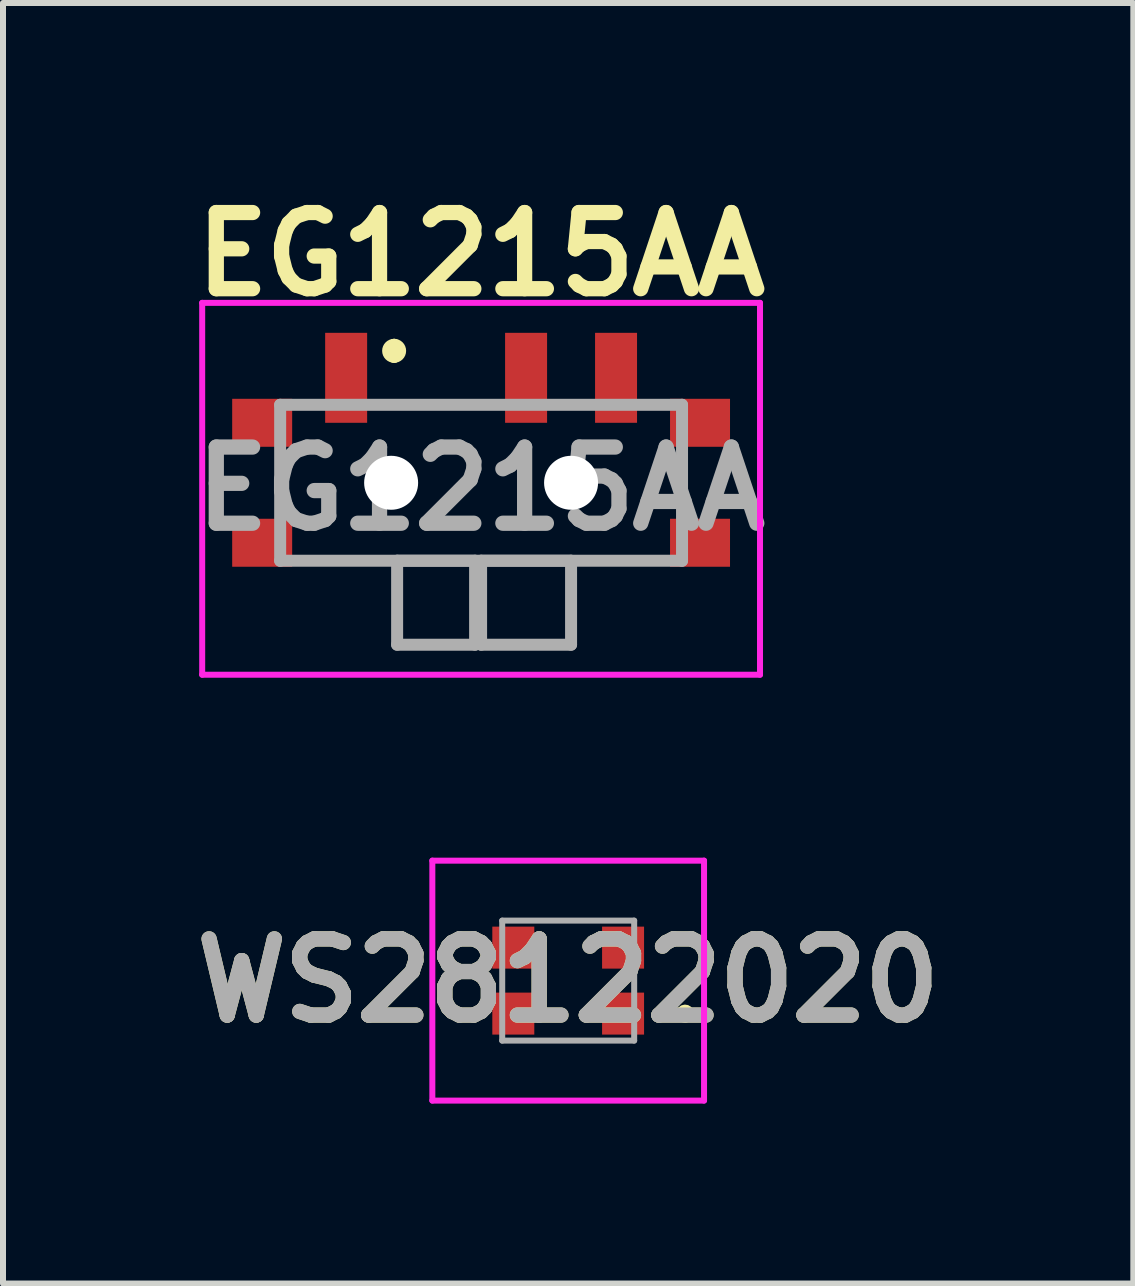
<source format=kicad_pcb>
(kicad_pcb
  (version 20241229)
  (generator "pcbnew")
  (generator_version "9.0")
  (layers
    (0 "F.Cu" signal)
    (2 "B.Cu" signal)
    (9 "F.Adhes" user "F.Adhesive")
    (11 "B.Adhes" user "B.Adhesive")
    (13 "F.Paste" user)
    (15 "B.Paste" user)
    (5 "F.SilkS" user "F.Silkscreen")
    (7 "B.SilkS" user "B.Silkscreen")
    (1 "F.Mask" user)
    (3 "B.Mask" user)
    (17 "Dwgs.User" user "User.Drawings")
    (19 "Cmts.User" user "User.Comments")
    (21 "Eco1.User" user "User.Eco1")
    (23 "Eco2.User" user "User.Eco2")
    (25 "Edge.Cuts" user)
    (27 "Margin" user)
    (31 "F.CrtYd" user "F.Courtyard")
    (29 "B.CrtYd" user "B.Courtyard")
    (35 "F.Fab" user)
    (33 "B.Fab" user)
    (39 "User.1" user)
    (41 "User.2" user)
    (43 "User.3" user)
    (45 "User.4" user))
  (footprint "WS28122020"
    (layer "F.Cu")
    (at 6.423 13.299)
    (property "Reference" "WS28122020" (at 0 0 0) (layer "F.SilkS") (effects (font (size 1.27 1.27) (thickness 0.254))))
    (attr smd)
    (fp_line (start 1.9 0.55) (end 1.9 0.55) (stroke (width 0.2) (type solid)) (layer "F.SilkS"))
    (fp_line (start 1.9 0.55) (end 1.9 0.55) (stroke (width 0.2) (type solid)) (layer "F.SilkS"))
    (fp_line (start 2 0.55) (end 2 0.55) (stroke (width 0.2) (type solid)) (layer "F.SilkS"))
    (fp_arc (start 1.9 0.55) (mid 1.95 0.5) (end 2 0.55) (stroke (width 0.2) (type solid)) (layer "F.SilkS"))
    (fp_arc (start 2 0.55) (mid 1.95 0.6) (end 1.9 0.55) (stroke (width 0.2) (type solid)) (layer "F.SilkS"))
    (fp_arc (start 2 0.55) (mid 1.95 0.6) (end 1.9 0.55) (stroke (width 0.2) (type solid)) (layer "F.SilkS"))
    (fp_line (start -2.265 -2) (end 2.265 -2) (stroke (width 0.1) (type solid)) (layer "F.CrtYd"))
    (fp_line (start -2.265 2) (end -2.265 -2) (stroke (width 0.1) (type solid)) (layer "F.CrtYd"))
    (fp_line (start 2.265 -2) (end 2.265 2) (stroke (width 0.1) (type solid)) (layer "F.CrtYd"))
    (fp_line (start 2.265 2) (end -2.265 2) (stroke (width 0.1) (type solid)) (layer "F.CrtYd"))
    (fp_line (start -1.1 -1) (end -1.1 1) (stroke (width 0.1) (type solid)) (layer "F.Fab"))
    (fp_line (start -1.1 1) (end 1.1 1) (stroke (width 0.1) (type solid)) (layer "F.Fab"))
    (fp_line (start 1.1 -1) (end -1.1 -1) (stroke (width 0.1) (type solid)) (layer "F.Fab"))
    (fp_line (start 1.1 1) (end 1.1 -1) (stroke (width 0.1) (type solid)) (layer "F.Fab"))
    (fp_text user "${REFERENCE}" (at 0 0 0) (layer "F.Fab") (effects (font (size 1.27 1.27) (thickness 0.254))))
    (pad "1" smd rect (at 0.915 0.55 90) (size 0.7 0.7) (layers "F.Cu" "F.Mask" "F.Paste"))
    (pad "2" smd rect (at 0.915 -0.55 90) (size 0.7 0.7) (layers "F.Cu" "F.Mask" "F.Paste"))
    (pad "3" smd rect (at -0.915 -0.55 90) (size 0.7 0.7) (layers "F.Cu" "F.Mask" "F.Paste"))
    (pad "4" smd rect (at -0.915 0.55 90) (size 0.7 0.7) (layers "F.Cu" "F.Mask" "F.Paste")))
  (footprint "EG1215AA"
    (layer "F.Cu")
    (at 4.971 4.999)
    (property "Reference" "EG1215AA" (at 0 -3.81 0) (layer "F.SilkS") (effects (font (size 1.27 1.27) (thickness 0.254))))
    (attr through_hole)
    (fp_line (start -3.35 -0.2) (end -3.35 0.2) (stroke (width 0.1) (type solid)) (layer "F.SilkS"))
    (fp_line (start -2.7 1.3) (end 2.7 1.3) (stroke (width 0.1) (type solid)) (layer "F.SilkS"))
    (fp_line (start -1.5 -1.3) (end 0 -1.3) (stroke (width 0.1) (type solid)) (layer "F.SilkS"))
    (fp_line (start -1.45 -2.3) (end -1.45 -2.3) (stroke (width 0.2) (type solid)) (layer "F.SilkS"))
    (fp_line (start -1.45 -2.1) (end -1.45 -2.1) (stroke (width 0.2) (type solid)) (layer "F.SilkS"))
    (fp_line (start 3.35 -0.2) (end 3.35 0.2) (stroke (width 0.1) (type solid)) (layer "F.SilkS"))
    (fp_arc (start -1.45 -2.3) (mid -1.35 -2.2) (end -1.45 -2.1) (stroke (width 0.2) (type solid)) (layer "F.SilkS"))
    (fp_arc (start -1.45 -2.1) (mid -1.55 -2.2) (end -1.45 -2.3) (stroke (width 0.2) (type solid)) (layer "F.SilkS"))
    (fp_line (start -4.65 -3) (end 4.65 -3) (stroke (width 0.1) (type solid)) (layer "F.CrtYd"))
    (fp_line (start -4.65 3.2) (end -4.65 -3) (stroke (width 0.1) (type solid)) (layer "F.CrtYd"))
    (fp_line (start 4.65 -3) (end 4.65 3.2) (stroke (width 0.1) (type solid)) (layer "F.CrtYd"))
    (fp_line (start 4.65 3.2) (end -4.65 3.2) (stroke (width 0.1) (type solid)) (layer "F.CrtYd"))
    (fp_line (start -3.35 -1.3) (end 3.35 -1.3) (stroke (width 0.2) (type solid)) (layer "F.Fab"))
    (fp_line (start -3.35 1.3) (end -3.35 -1.3) (stroke (width 0.2) (type solid)) (layer "F.Fab"))
    (fp_line (start -1.4 1.3) (end -0.1 1.3) (stroke (width 0.2) (type solid)) (layer "F.Fab"))
    (fp_line (start -1.4 2.7) (end -1.4 1.3) (stroke (width 0.2) (type solid)) (layer "F.Fab"))
    (fp_line (start -0.1 1.3) (end -0.1 2.7) (stroke (width 0.2) (type solid)) (layer "F.Fab"))
    (fp_line (start -0.1 2.7) (end -1.4 2.7) (stroke (width 0.2) (type solid)) (layer "F.Fab"))
    (fp_line (start 0 1.3) (end 1.5 1.3) (stroke (width 0.2) (type solid)) (layer "F.Fab"))
    (fp_line (start 0 2.7) (end 0 1.3) (stroke (width 0.2) (type solid)) (layer "F.Fab"))
    (fp_line (start 1.5 1.3) (end 1.5 2.7) (stroke (width 0.2) (type solid)) (layer "F.Fab"))
    (fp_line (start 1.5 2.7) (end 0 2.7) (stroke (width 0.2) (type solid)) (layer "F.Fab"))
    (fp_line (start 3.35 -1.3) (end 3.35 1.3) (stroke (width 0.2) (type solid)) (layer "F.Fab"))
    (fp_line (start 3.35 1.3) (end -3.35 1.3) (stroke (width 0.2) (type solid)) (layer "F.Fab"))
    (fp_text user "${REFERENCE}" (at 0 0.1 0) (layer "F.Fab") (effects (font (size 1.27 1.27) (thickness 0.254))))
    (pad "" np_thru_hole circle (at -1.5 0) (size 0.9 0.9) (drill 0.9) (layers "*.Cu" "*.Mask"))
    (pad "" np_thru_hole circle (at 1.5 0) (size 0.9 0.9) (drill 0.9) (layers "*.Cu" "*.Mask"))
    (pad "1" smd rect (at -2.25 -1.75) (size 0.7 1.5) (layers "F.Cu" "F.Mask" "F.Paste"))
    (pad "2" smd rect (at 0.75 -1.75) (size 0.7 1.5) (layers "F.Cu" "F.Mask" "F.Paste"))
    (pad "3" smd rect (at 2.25 -1.75) (size 0.7 1.5) (layers "F.Cu" "F.Mask" "F.Paste"))
    (pad "MP1" smd rect (at -3.65 -1 90) (size 0.8 1) (layers "F.Cu" "F.Mask" "F.Paste"))
    (pad "MP2" smd rect (at 3.65 -1 90) (size 0.8 1) (layers "F.Cu" "F.Mask" "F.Paste"))
    (pad "MP3" smd rect (at -3.65 1 90) (size 0.8 1) (layers "F.Cu" "F.Mask" "F.Paste"))
    (pad "MP4" smd rect (at 3.65 1 90) (size 0.8 1) (layers "F.Cu" "F.Mask" "F.Paste")))
  (gr_rect
    (start -3 -3)
    (end 15.845 18.349)
    (stroke (width 0.1) (type default))
    (fill no)
    (layer "Edge.Cuts")))
</source>
